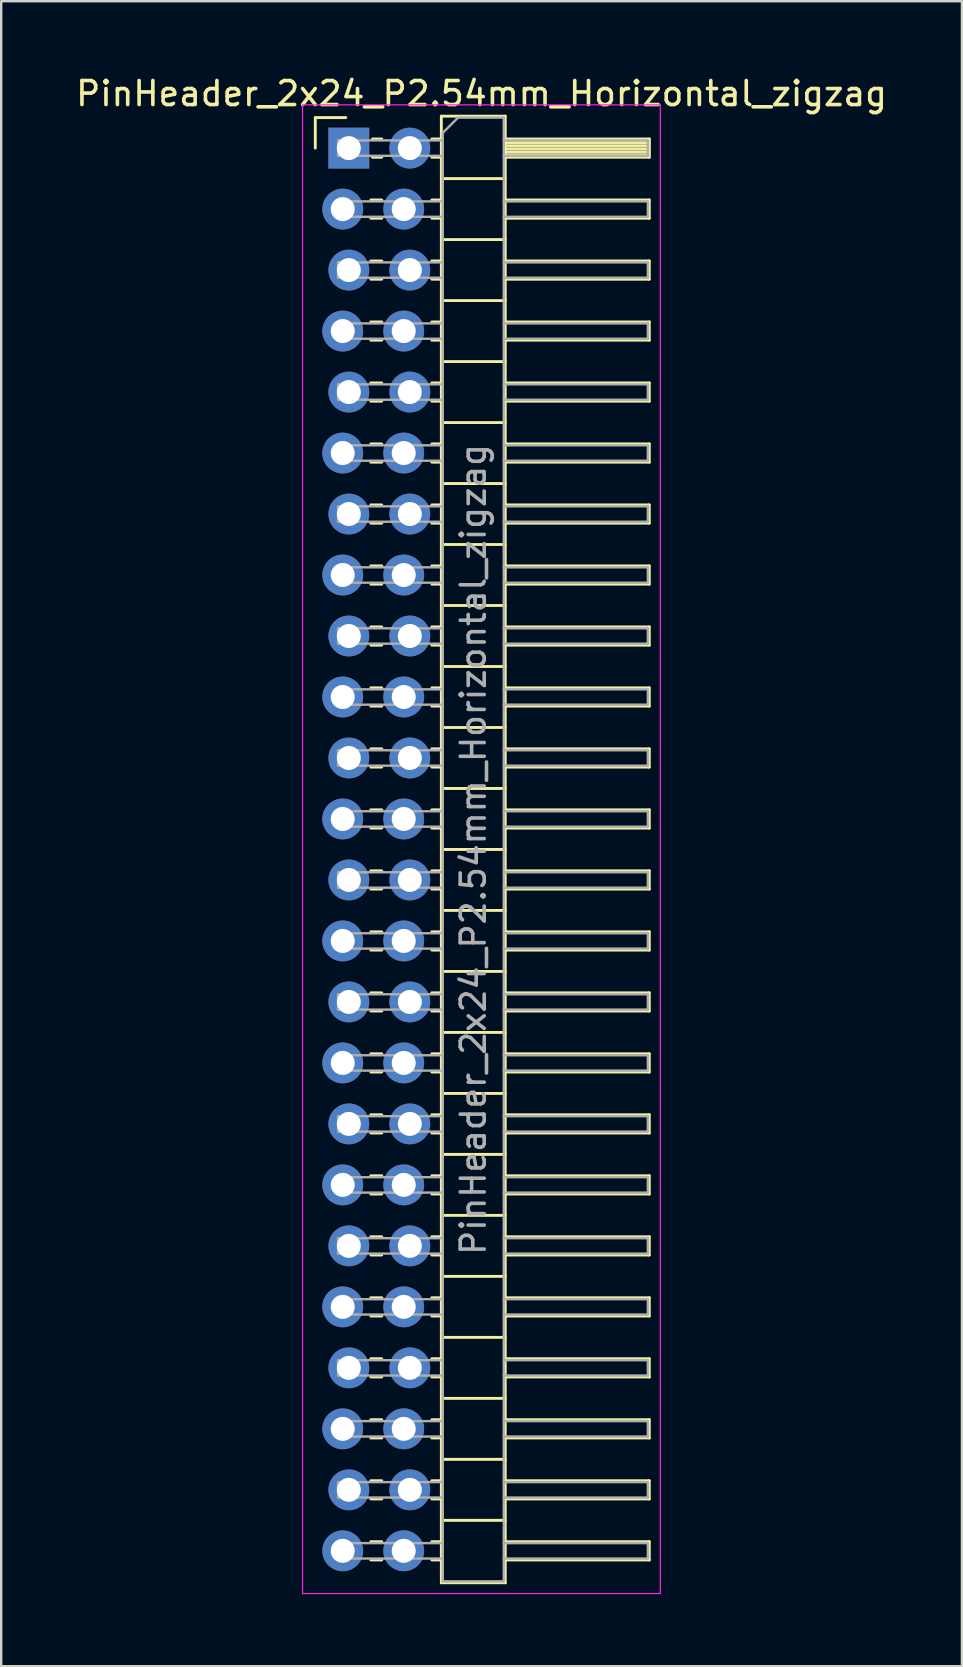
<source format=kicad_pcb>
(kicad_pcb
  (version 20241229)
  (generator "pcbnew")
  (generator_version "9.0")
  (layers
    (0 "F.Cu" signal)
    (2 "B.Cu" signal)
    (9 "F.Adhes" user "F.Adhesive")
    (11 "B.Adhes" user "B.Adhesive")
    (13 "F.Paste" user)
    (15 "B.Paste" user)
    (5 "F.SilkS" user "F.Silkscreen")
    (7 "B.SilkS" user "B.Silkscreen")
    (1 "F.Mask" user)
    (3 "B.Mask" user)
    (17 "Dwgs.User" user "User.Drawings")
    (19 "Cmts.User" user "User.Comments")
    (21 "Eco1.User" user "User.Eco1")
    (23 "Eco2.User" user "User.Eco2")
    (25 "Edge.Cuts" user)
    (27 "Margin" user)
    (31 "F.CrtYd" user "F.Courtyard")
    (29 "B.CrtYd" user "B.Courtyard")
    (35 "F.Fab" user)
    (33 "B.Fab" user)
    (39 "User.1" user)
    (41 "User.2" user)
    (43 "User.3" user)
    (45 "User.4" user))
  (footprint "PinHeader_2x24_P2.54mm_Horizontal_zigzag"
    (layer "F.Cu")
    (at 11.351 3.118)
    (property "Reference" "PinHeader_2x24_P2.54mm_Horizontal_zigzag" (at 5.655 -2.27 0) (layer "F.SilkS") (effects (font (size 1 1) (thickness 0.15))))
    (attr through_hole)
    (fp_line (start -1.27 -1.27) (end 0 -1.27) (stroke (width 0.12) (type solid)) (layer "F.SilkS"))
    (fp_line (start -1.27 0) (end -1.27 -1.27) (stroke (width 0.12) (type solid)) (layer "F.SilkS"))
    (fp_line (start 1.043 2.16) (end 1.497 2.16) (stroke (width 0.12) (type solid)) (layer "F.SilkS"))
    (fp_line (start 1.043 2.92) (end 1.497 2.92) (stroke (width 0.12) (type solid)) (layer "F.SilkS"))
    (fp_line (start 1.043 4.7) (end 1.497 4.7) (stroke (width 0.12) (type solid)) (layer "F.SilkS"))
    (fp_line (start 1.043 5.46) (end 1.497 5.46) (stroke (width 0.12) (type solid)) (layer "F.SilkS"))
    (fp_line (start 1.043 7.24) (end 1.497 7.24) (stroke (width 0.12) (type solid)) (layer "F.SilkS"))
    (fp_line (start 1.043 8) (end 1.497 8) (stroke (width 0.12) (type solid)) (layer "F.SilkS"))
    (fp_line (start 1.043 9.78) (end 1.497 9.78) (stroke (width 0.12) (type solid)) (layer "F.SilkS"))
    (fp_line (start 1.043 10.54) (end 1.497 10.54) (stroke (width 0.12) (type solid)) (layer "F.SilkS"))
    (fp_line (start 1.043 12.32) (end 1.497 12.32) (stroke (width 0.12) (type solid)) (layer "F.SilkS"))
    (fp_line (start 1.043 13.08) (end 1.497 13.08) (stroke (width 0.12) (type solid)) (layer "F.SilkS"))
    (fp_line (start 1.043 14.86) (end 1.497 14.86) (stroke (width 0.12) (type solid)) (layer "F.SilkS"))
    (fp_line (start 1.043 15.62) (end 1.497 15.62) (stroke (width 0.12) (type solid)) (layer "F.SilkS"))
    (fp_line (start 1.043 17.4) (end 1.497 17.4) (stroke (width 0.12) (type solid)) (layer "F.SilkS"))
    (fp_line (start 1.043 18.16) (end 1.497 18.16) (stroke (width 0.12) (type solid)) (layer "F.SilkS"))
    (fp_line (start 1.043 19.94) (end 1.497 19.94) (stroke (width 0.12) (type solid)) (layer "F.SilkS"))
    (fp_line (start 1.043 20.7) (end 1.497 20.7) (stroke (width 0.12) (type solid)) (layer "F.SilkS"))
    (fp_line (start 1.043 22.48) (end 1.497 22.48) (stroke (width 0.12) (type solid)) (layer "F.SilkS"))
    (fp_line (start 1.043 23.24) (end 1.497 23.24) (stroke (width 0.12) (type solid)) (layer "F.SilkS"))
    (fp_line (start 1.043 25.02) (end 1.497 25.02) (stroke (width 0.12) (type solid)) (layer "F.SilkS"))
    (fp_line (start 1.043 25.78) (end 1.497 25.78) (stroke (width 0.12) (type solid)) (layer "F.SilkS"))
    (fp_line (start 1.043 27.56) (end 1.497 27.56) (stroke (width 0.12) (type solid)) (layer "F.SilkS"))
    (fp_line (start 1.043 28.32) (end 1.497 28.32) (stroke (width 0.12) (type solid)) (layer "F.SilkS"))
    (fp_line (start 1.043 30.1) (end 1.497 30.1) (stroke (width 0.12) (type solid)) (layer "F.SilkS"))
    (fp_line (start 1.043 30.86) (end 1.497 30.86) (stroke (width 0.12) (type solid)) (layer "F.SilkS"))
    (fp_line (start 1.043 32.64) (end 1.497 32.64) (stroke (width 0.12) (type solid)) (layer "F.SilkS"))
    (fp_line (start 1.043 33.4) (end 1.497 33.4) (stroke (width 0.12) (type solid)) (layer "F.SilkS"))
    (fp_line (start 1.043 35.18) (end 1.497 35.18) (stroke (width 0.12) (type solid)) (layer "F.SilkS"))
    (fp_line (start 1.043 35.94) (end 1.497 35.94) (stroke (width 0.12) (type solid)) (layer "F.SilkS"))
    (fp_line (start 1.043 37.72) (end 1.497 37.72) (stroke (width 0.12) (type solid)) (layer "F.SilkS"))
    (fp_line (start 1.043 38.48) (end 1.497 38.48) (stroke (width 0.12) (type solid)) (layer "F.SilkS"))
    (fp_line (start 1.043 40.26) (end 1.497 40.26) (stroke (width 0.12) (type solid)) (layer "F.SilkS"))
    (fp_line (start 1.043 41.02) (end 1.497 41.02) (stroke (width 0.12) (type solid)) (layer "F.SilkS"))
    (fp_line (start 1.043 42.8) (end 1.497 42.8) (stroke (width 0.12) (type solid)) (layer "F.SilkS"))
    (fp_line (start 1.043 43.56) (end 1.497 43.56) (stroke (width 0.12) (type solid)) (layer "F.SilkS"))
    (fp_line (start 1.043 45.34) (end 1.497 45.34) (stroke (width 0.12) (type solid)) (layer "F.SilkS"))
    (fp_line (start 1.043 46.1) (end 1.497 46.1) (stroke (width 0.12) (type solid)) (layer "F.SilkS"))
    (fp_line (start 1.043 47.88) (end 1.497 47.88) (stroke (width 0.12) (type solid)) (layer "F.SilkS"))
    (fp_line (start 1.043 48.64) (end 1.497 48.64) (stroke (width 0.12) (type solid)) (layer "F.SilkS"))
    (fp_line (start 1.043 50.42) (end 1.497 50.42) (stroke (width 0.12) (type solid)) (layer "F.SilkS"))
    (fp_line (start 1.043 51.18) (end 1.497 51.18) (stroke (width 0.12) (type solid)) (layer "F.SilkS"))
    (fp_line (start 1.043 52.96) (end 1.497 52.96) (stroke (width 0.12) (type solid)) (layer "F.SilkS"))
    (fp_line (start 1.043 53.72) (end 1.497 53.72) (stroke (width 0.12) (type solid)) (layer "F.SilkS"))
    (fp_line (start 1.043 55.5) (end 1.497 55.5) (stroke (width 0.12) (type solid)) (layer "F.SilkS"))
    (fp_line (start 1.043 56.26) (end 1.497 56.26) (stroke (width 0.12) (type solid)) (layer "F.SilkS"))
    (fp_line (start 1.043 58.04) (end 1.497 58.04) (stroke (width 0.12) (type solid)) (layer "F.SilkS"))
    (fp_line (start 1.043 58.8) (end 1.497 58.8) (stroke (width 0.12) (type solid)) (layer "F.SilkS"))
    (fp_line (start 1.11 -0.38) (end 1.497 -0.38) (stroke (width 0.12) (type solid)) (layer "F.SilkS"))
    (fp_line (start 1.11 0.38) (end 1.497 0.38) (stroke (width 0.12) (type solid)) (layer "F.SilkS"))
    (fp_line (start 3.583 -0.38) (end 3.98 -0.38) (stroke (width 0.12) (type solid)) (layer "F.SilkS"))
    (fp_line (start 3.583 0.38) (end 3.98 0.38) (stroke (width 0.12) (type solid)) (layer "F.SilkS"))
    (fp_line (start 3.583 2.16) (end 3.98 2.16) (stroke (width 0.12) (type solid)) (layer "F.SilkS"))
    (fp_line (start 3.583 2.92) (end 3.98 2.92) (stroke (width 0.12) (type solid)) (layer "F.SilkS"))
    (fp_line (start 3.583 4.7) (end 3.98 4.7) (stroke (width 0.12) (type solid)) (layer "F.SilkS"))
    (fp_line (start 3.583 5.46) (end 3.98 5.46) (stroke (width 0.12) (type solid)) (layer "F.SilkS"))
    (fp_line (start 3.583 7.24) (end 3.98 7.24) (stroke (width 0.12) (type solid)) (layer "F.SilkS"))
    (fp_line (start 3.583 8) (end 3.98 8) (stroke (width 0.12) (type solid)) (layer "F.SilkS"))
    (fp_line (start 3.583 9.78) (end 3.98 9.78) (stroke (width 0.12) (type solid)) (layer "F.SilkS"))
    (fp_line (start 3.583 10.54) (end 3.98 10.54) (stroke (width 0.12) (type solid)) (layer "F.SilkS"))
    (fp_line (start 3.583 12.32) (end 3.98 12.32) (stroke (width 0.12) (type solid)) (layer "F.SilkS"))
    (fp_line (start 3.583 13.08) (end 3.98 13.08) (stroke (width 0.12) (type solid)) (layer "F.SilkS"))
    (fp_line (start 3.583 14.86) (end 3.98 14.86) (stroke (width 0.12) (type solid)) (layer "F.SilkS"))
    (fp_line (start 3.583 15.62) (end 3.98 15.62) (stroke (width 0.12) (type solid)) (layer "F.SilkS"))
    (fp_line (start 3.583 17.4) (end 3.98 17.4) (stroke (width 0.12) (type solid)) (layer "F.SilkS"))
    (fp_line (start 3.583 18.16) (end 3.98 18.16) (stroke (width 0.12) (type solid)) (layer "F.SilkS"))
    (fp_line (start 3.583 19.94) (end 3.98 19.94) (stroke (width 0.12) (type solid)) (layer "F.SilkS"))
    (fp_line (start 3.583 20.7) (end 3.98 20.7) (stroke (width 0.12) (type solid)) (layer "F.SilkS"))
    (fp_line (start 3.583 22.48) (end 3.98 22.48) (stroke (width 0.12) (type solid)) (layer "F.SilkS"))
    (fp_line (start 3.583 23.24) (end 3.98 23.24) (stroke (width 0.12) (type solid)) (layer "F.SilkS"))
    (fp_line (start 3.583 25.02) (end 3.98 25.02) (stroke (width 0.12) (type solid)) (layer "F.SilkS"))
    (fp_line (start 3.583 25.78) (end 3.98 25.78) (stroke (width 0.12) (type solid)) (layer "F.SilkS"))
    (fp_line (start 3.583 27.56) (end 3.98 27.56) (stroke (width 0.12) (type solid)) (layer "F.SilkS"))
    (fp_line (start 3.583 28.32) (end 3.98 28.32) (stroke (width 0.12) (type solid)) (layer "F.SilkS"))
    (fp_line (start 3.583 30.1) (end 3.98 30.1) (stroke (width 0.12) (type solid)) (layer "F.SilkS"))
    (fp_line (start 3.583 30.86) (end 3.98 30.86) (stroke (width 0.12) (type solid)) (layer "F.SilkS"))
    (fp_line (start 3.583 32.64) (end 3.98 32.64) (stroke (width 0.12) (type solid)) (layer "F.SilkS"))
    (fp_line (start 3.583 33.4) (end 3.98 33.4) (stroke (width 0.12) (type solid)) (layer "F.SilkS"))
    (fp_line (start 3.583 35.18) (end 3.98 35.18) (stroke (width 0.12) (type solid)) (layer "F.SilkS"))
    (fp_line (start 3.583 35.94) (end 3.98 35.94) (stroke (width 0.12) (type solid)) (layer "F.SilkS"))
    (fp_line (start 3.583 37.72) (end 3.98 37.72) (stroke (width 0.12) (type solid)) (layer "F.SilkS"))
    (fp_line (start 3.583 38.48) (end 3.98 38.48) (stroke (width 0.12) (type solid)) (layer "F.SilkS"))
    (fp_line (start 3.583 40.26) (end 3.98 40.26) (stroke (width 0.12) (type solid)) (layer "F.SilkS"))
    (fp_line (start 3.583 41.02) (end 3.98 41.02) (stroke (width 0.12) (type solid)) (layer "F.SilkS"))
    (fp_line (start 3.583 42.8) (end 3.98 42.8) (stroke (width 0.12) (type solid)) (layer "F.SilkS"))
    (fp_line (start 3.583 43.56) (end 3.98 43.56) (stroke (width 0.12) (type solid)) (layer "F.SilkS"))
    (fp_line (start 3.583 45.34) (end 3.98 45.34) (stroke (width 0.12) (type solid)) (layer "F.SilkS"))
    (fp_line (start 3.583 46.1) (end 3.98 46.1) (stroke (width 0.12) (type solid)) (layer "F.SilkS"))
    (fp_line (start 3.583 47.88) (end 3.98 47.88) (stroke (width 0.12) (type solid)) (layer "F.SilkS"))
    (fp_line (start 3.583 48.64) (end 3.98 48.64) (stroke (width 0.12) (type solid)) (layer "F.SilkS"))
    (fp_line (start 3.583 50.42) (end 3.98 50.42) (stroke (width 0.12) (type solid)) (layer "F.SilkS"))
    (fp_line (start 3.583 51.18) (end 3.98 51.18) (stroke (width 0.12) (type solid)) (layer "F.SilkS"))
    (fp_line (start 3.583 52.96) (end 3.98 52.96) (stroke (width 0.12) (type solid)) (layer "F.SilkS"))
    (fp_line (start 3.583 53.72) (end 3.98 53.72) (stroke (width 0.12) (type solid)) (layer "F.SilkS"))
    (fp_line (start 3.583 55.5) (end 3.98 55.5) (stroke (width 0.12) (type solid)) (layer "F.SilkS"))
    (fp_line (start 3.583 56.26) (end 3.98 56.26) (stroke (width 0.12) (type solid)) (layer "F.SilkS"))
    (fp_line (start 3.583 58.04) (end 3.98 58.04) (stroke (width 0.12) (type solid)) (layer "F.SilkS"))
    (fp_line (start 3.583 58.8) (end 3.98 58.8) (stroke (width 0.12) (type solid)) (layer "F.SilkS"))
    (fp_line (start 3.98 -1.33) (end 3.98 59.75) (stroke (width 0.12) (type solid)) (layer "F.SilkS"))
    (fp_line (start 3.98 1.27) (end 6.64 1.27) (stroke (width 0.12) (type solid)) (layer "F.SilkS"))
    (fp_line (start 3.98 3.81) (end 6.64 3.81) (stroke (width 0.12) (type solid)) (layer "F.SilkS"))
    (fp_line (start 3.98 6.35) (end 6.64 6.35) (stroke (width 0.12) (type solid)) (layer "F.SilkS"))
    (fp_line (start 3.98 8.89) (end 6.64 8.89) (stroke (width 0.12) (type solid)) (layer "F.SilkS"))
    (fp_line (start 3.98 11.43) (end 6.64 11.43) (stroke (width 0.12) (type solid)) (layer "F.SilkS"))
    (fp_line (start 3.98 13.97) (end 6.64 13.97) (stroke (width 0.12) (type solid)) (layer "F.SilkS"))
    (fp_line (start 3.98 16.51) (end 6.64 16.51) (stroke (width 0.12) (type solid)) (layer "F.SilkS"))
    (fp_line (start 3.98 19.05) (end 6.64 19.05) (stroke (width 0.12) (type solid)) (layer "F.SilkS"))
    (fp_line (start 3.98 21.59) (end 6.64 21.59) (stroke (width 0.12) (type solid)) (layer "F.SilkS"))
    (fp_line (start 3.98 24.13) (end 6.64 24.13) (stroke (width 0.12) (type solid)) (layer "F.SilkS"))
    (fp_line (start 3.98 26.67) (end 6.64 26.67) (stroke (width 0.12) (type solid)) (layer "F.SilkS"))
    (fp_line (start 3.98 29.21) (end 6.64 29.21) (stroke (width 0.12) (type solid)) (layer "F.SilkS"))
    (fp_line (start 3.98 31.75) (end 6.64 31.75) (stroke (width 0.12) (type solid)) (layer "F.SilkS"))
    (fp_line (start 3.98 34.29) (end 6.64 34.29) (stroke (width 0.12) (type solid)) (layer "F.SilkS"))
    (fp_line (start 3.98 36.83) (end 6.64 36.83) (stroke (width 0.12) (type solid)) (layer "F.SilkS"))
    (fp_line (start 3.98 39.37) (end 6.64 39.37) (stroke (width 0.12) (type solid)) (layer "F.SilkS"))
    (fp_line (start 3.98 41.91) (end 6.64 41.91) (stroke (width 0.12) (type solid)) (layer "F.SilkS"))
    (fp_line (start 3.98 44.45) (end 6.64 44.45) (stroke (width 0.12) (type solid)) (layer "F.SilkS"))
    (fp_line (start 3.98 46.99) (end 6.64 46.99) (stroke (width 0.12) (type solid)) (layer "F.SilkS"))
    (fp_line (start 3.98 49.53) (end 6.64 49.53) (stroke (width 0.12) (type solid)) (layer "F.SilkS"))
    (fp_line (start 3.98 52.07) (end 6.64 52.07) (stroke (width 0.12) (type solid)) (layer "F.SilkS"))
    (fp_line (start 3.98 54.61) (end 6.64 54.61) (stroke (width 0.12) (type solid)) (layer "F.SilkS"))
    (fp_line (start 3.98 57.15) (end 6.64 57.15) (stroke (width 0.12) (type solid)) (layer "F.SilkS"))
    (fp_line (start 3.98 59.75) (end 6.64 59.75) (stroke (width 0.12) (type solid)) (layer "F.SilkS"))
    (fp_line (start 6.64 -1.33) (end 3.98 -1.33) (stroke (width 0.12) (type solid)) (layer "F.SilkS"))
    (fp_line (start 6.64 -0.38) (end 12.64 -0.38) (stroke (width 0.12) (type solid)) (layer "F.SilkS"))
    (fp_line (start 6.64 -0.32) (end 12.64 -0.32) (stroke (width 0.12) (type solid)) (layer "F.SilkS"))
    (fp_line (start 6.64 -0.2) (end 12.64 -0.2) (stroke (width 0.12) (type solid)) (layer "F.SilkS"))
    (fp_line (start 6.64 -0.08) (end 12.64 -0.08) (stroke (width 0.12) (type solid)) (layer "F.SilkS"))
    (fp_line (start 6.64 0.04) (end 12.64 0.04) (stroke (width 0.12) (type solid)) (layer "F.SilkS"))
    (fp_line (start 6.64 0.16) (end 12.64 0.16) (stroke (width 0.12) (type solid)) (layer "F.SilkS"))
    (fp_line (start 6.64 0.28) (end 12.64 0.28) (stroke (width 0.12) (type solid)) (layer "F.SilkS"))
    (fp_line (start 6.64 2.16) (end 12.64 2.16) (stroke (width 0.12) (type solid)) (layer "F.SilkS"))
    (fp_line (start 6.64 4.7) (end 12.64 4.7) (stroke (width 0.12) (type solid)) (layer "F.SilkS"))
    (fp_line (start 6.64 7.24) (end 12.64 7.24) (stroke (width 0.12) (type solid)) (layer "F.SilkS"))
    (fp_line (start 6.64 9.78) (end 12.64 9.78) (stroke (width 0.12) (type solid)) (layer "F.SilkS"))
    (fp_line (start 6.64 12.32) (end 12.64 12.32) (stroke (width 0.12) (type solid)) (layer "F.SilkS"))
    (fp_line (start 6.64 14.86) (end 12.64 14.86) (stroke (width 0.12) (type solid)) (layer "F.SilkS"))
    (fp_line (start 6.64 17.4) (end 12.64 17.4) (stroke (width 0.12) (type solid)) (layer "F.SilkS"))
    (fp_line (start 6.64 19.94) (end 12.64 19.94) (stroke (width 0.12) (type solid)) (layer "F.SilkS"))
    (fp_line (start 6.64 22.48) (end 12.64 22.48) (stroke (width 0.12) (type solid)) (layer "F.SilkS"))
    (fp_line (start 6.64 25.02) (end 12.64 25.02) (stroke (width 0.12) (type solid)) (layer "F.SilkS"))
    (fp_line (start 6.64 27.56) (end 12.64 27.56) (stroke (width 0.12) (type solid)) (layer "F.SilkS"))
    (fp_line (start 6.64 30.1) (end 12.64 30.1) (stroke (width 0.12) (type solid)) (layer "F.SilkS"))
    (fp_line (start 6.64 32.64) (end 12.64 32.64) (stroke (width 0.12) (type solid)) (layer "F.SilkS"))
    (fp_line (start 6.64 35.18) (end 12.64 35.18) (stroke (width 0.12) (type solid)) (layer "F.SilkS"))
    (fp_line (start 6.64 37.72) (end 12.64 37.72) (stroke (width 0.12) (type solid)) (layer "F.SilkS"))
    (fp_line (start 6.64 40.26) (end 12.64 40.26) (stroke (width 0.12) (type solid)) (layer "F.SilkS"))
    (fp_line (start 6.64 42.8) (end 12.64 42.8) (stroke (width 0.12) (type solid)) (layer "F.SilkS"))
    (fp_line (start 6.64 45.34) (end 12.64 45.34) (stroke (width 0.12) (type solid)) (layer "F.SilkS"))
    (fp_line (start 6.64 47.88) (end 12.64 47.88) (stroke (width 0.12) (type solid)) (layer "F.SilkS"))
    (fp_line (start 6.64 50.42) (end 12.64 50.42) (stroke (width 0.12) (type solid)) (layer "F.SilkS"))
    (fp_line (start 6.64 52.96) (end 12.64 52.96) (stroke (width 0.12) (type solid)) (layer "F.SilkS"))
    (fp_line (start 6.64 55.5) (end 12.64 55.5) (stroke (width 0.12) (type solid)) (layer "F.SilkS"))
    (fp_line (start 6.64 58.04) (end 12.64 58.04) (stroke (width 0.12) (type solid)) (layer "F.SilkS"))
    (fp_line (start 6.64 59.75) (end 6.64 -1.33) (stroke (width 0.12) (type solid)) (layer "F.SilkS"))
    (fp_line (start 12.64 -0.38) (end 12.64 0.38) (stroke (width 0.12) (type solid)) (layer "F.SilkS"))
    (fp_line (start 12.64 0.38) (end 6.64 0.38) (stroke (width 0.12) (type solid)) (layer "F.SilkS"))
    (fp_line (start 12.64 2.16) (end 12.64 2.92) (stroke (width 0.12) (type solid)) (layer "F.SilkS"))
    (fp_line (start 12.64 2.92) (end 6.64 2.92) (stroke (width 0.12) (type solid)) (layer "F.SilkS"))
    (fp_line (start 12.64 4.7) (end 12.64 5.46) (stroke (width 0.12) (type solid)) (layer "F.SilkS"))
    (fp_line (start 12.64 5.46) (end 6.64 5.46) (stroke (width 0.12) (type solid)) (layer "F.SilkS"))
    (fp_line (start 12.64 7.24) (end 12.64 8) (stroke (width 0.12) (type solid)) (layer "F.SilkS"))
    (fp_line (start 12.64 8) (end 6.64 8) (stroke (width 0.12) (type solid)) (layer "F.SilkS"))
    (fp_line (start 12.64 9.78) (end 12.64 10.54) (stroke (width 0.12) (type solid)) (layer "F.SilkS"))
    (fp_line (start 12.64 10.54) (end 6.64 10.54) (stroke (width 0.12) (type solid)) (layer "F.SilkS"))
    (fp_line (start 12.64 12.32) (end 12.64 13.08) (stroke (width 0.12) (type solid)) (layer "F.SilkS"))
    (fp_line (start 12.64 13.08) (end 6.64 13.08) (stroke (width 0.12) (type solid)) (layer "F.SilkS"))
    (fp_line (start 12.64 14.86) (end 12.64 15.62) (stroke (width 0.12) (type solid)) (layer "F.SilkS"))
    (fp_line (start 12.64 15.62) (end 6.64 15.62) (stroke (width 0.12) (type solid)) (layer "F.SilkS"))
    (fp_line (start 12.64 17.4) (end 12.64 18.16) (stroke (width 0.12) (type solid)) (layer "F.SilkS"))
    (fp_line (start 12.64 18.16) (end 6.64 18.16) (stroke (width 0.12) (type solid)) (layer "F.SilkS"))
    (fp_line (start 12.64 19.94) (end 12.64 20.7) (stroke (width 0.12) (type solid)) (layer "F.SilkS"))
    (fp_line (start 12.64 20.7) (end 6.64 20.7) (stroke (width 0.12) (type solid)) (layer "F.SilkS"))
    (fp_line (start 12.64 22.48) (end 12.64 23.24) (stroke (width 0.12) (type solid)) (layer "F.SilkS"))
    (fp_line (start 12.64 23.24) (end 6.64 23.24) (stroke (width 0.12) (type solid)) (layer "F.SilkS"))
    (fp_line (start 12.64 25.02) (end 12.64 25.78) (stroke (width 0.12) (type solid)) (layer "F.SilkS"))
    (fp_line (start 12.64 25.78) (end 6.64 25.78) (stroke (width 0.12) (type solid)) (layer "F.SilkS"))
    (fp_line (start 12.64 27.56) (end 12.64 28.32) (stroke (width 0.12) (type solid)) (layer "F.SilkS"))
    (fp_line (start 12.64 28.32) (end 6.64 28.32) (stroke (width 0.12) (type solid)) (layer "F.SilkS"))
    (fp_line (start 12.64 30.1) (end 12.64 30.86) (stroke (width 0.12) (type solid)) (layer "F.SilkS"))
    (fp_line (start 12.64 30.86) (end 6.64 30.86) (stroke (width 0.12) (type solid)) (layer "F.SilkS"))
    (fp_line (start 12.64 32.64) (end 12.64 33.4) (stroke (width 0.12) (type solid)) (layer "F.SilkS"))
    (fp_line (start 12.64 33.4) (end 6.64 33.4) (stroke (width 0.12) (type solid)) (layer "F.SilkS"))
    (fp_line (start 12.64 35.18) (end 12.64 35.94) (stroke (width 0.12) (type solid)) (layer "F.SilkS"))
    (fp_line (start 12.64 35.94) (end 6.64 35.94) (stroke (width 0.12) (type solid)) (layer "F.SilkS"))
    (fp_line (start 12.64 37.72) (end 12.64 38.48) (stroke (width 0.12) (type solid)) (layer "F.SilkS"))
    (fp_line (start 12.64 38.48) (end 6.64 38.48) (stroke (width 0.12) (type solid)) (layer "F.SilkS"))
    (fp_line (start 12.64 40.26) (end 12.64 41.02) (stroke (width 0.12) (type solid)) (layer "F.SilkS"))
    (fp_line (start 12.64 41.02) (end 6.64 41.02) (stroke (width 0.12) (type solid)) (layer "F.SilkS"))
    (fp_line (start 12.64 42.8) (end 12.64 43.56) (stroke (width 0.12) (type solid)) (layer "F.SilkS"))
    (fp_line (start 12.64 43.56) (end 6.64 43.56) (stroke (width 0.12) (type solid)) (layer "F.SilkS"))
    (fp_line (start 12.64 45.34) (end 12.64 46.1) (stroke (width 0.12) (type solid)) (layer "F.SilkS"))
    (fp_line (start 12.64 46.1) (end 6.64 46.1) (stroke (width 0.12) (type solid)) (layer "F.SilkS"))
    (fp_line (start 12.64 47.88) (end 12.64 48.64) (stroke (width 0.12) (type solid)) (layer "F.SilkS"))
    (fp_line (start 12.64 48.64) (end 6.64 48.64) (stroke (width 0.12) (type solid)) (layer "F.SilkS"))
    (fp_line (start 12.64 50.42) (end 12.64 51.18) (stroke (width 0.12) (type solid)) (layer "F.SilkS"))
    (fp_line (start 12.64 51.18) (end 6.64 51.18) (stroke (width 0.12) (type solid)) (layer "F.SilkS"))
    (fp_line (start 12.64 52.96) (end 12.64 53.72) (stroke (width 0.12) (type solid)) (layer "F.SilkS"))
    (fp_line (start 12.64 53.72) (end 6.64 53.72) (stroke (width 0.12) (type solid)) (layer "F.SilkS"))
    (fp_line (start 12.64 55.5) (end 12.64 56.26) (stroke (width 0.12) (type solid)) (layer "F.SilkS"))
    (fp_line (start 12.64 56.26) (end 6.64 56.26) (stroke (width 0.12) (type solid)) (layer "F.SilkS"))
    (fp_line (start 12.64 58.04) (end 12.64 58.8) (stroke (width 0.12) (type solid)) (layer "F.SilkS"))
    (fp_line (start 12.64 58.8) (end 6.64 58.8) (stroke (width 0.12) (type solid)) (layer "F.SilkS"))
    (fp_line (start -1.8 -1.8) (end -1.8 60.2) (stroke (width 0.05) (type solid)) (layer "F.CrtYd"))
    (fp_line (start -1.8 60.2) (end 13.1 60.2) (stroke (width 0.05) (type solid)) (layer "F.CrtYd"))
    (fp_line (start 13.1 -1.8) (end -1.8 -1.8) (stroke (width 0.05) (type solid)) (layer "F.CrtYd"))
    (fp_line (start 13.1 60.2) (end 13.1 -1.8) (stroke (width 0.05) (type solid)) (layer "F.CrtYd"))
    (fp_line (start -0.32 -0.32) (end -0.32 0.32) (stroke (width 0.1) (type solid)) (layer "F.Fab"))
    (fp_line (start -0.32 -0.32) (end 4.04 -0.32) (stroke (width 0.1) (type solid)) (layer "F.Fab"))
    (fp_line (start -0.32 0.32) (end 4.04 0.32) (stroke (width 0.1) (type solid)) (layer "F.Fab"))
    (fp_line (start -0.32 2.22) (end -0.32 2.86) (stroke (width 0.1) (type solid)) (layer "F.Fab"))
    (fp_line (start -0.32 2.22) (end 4.04 2.22) (stroke (width 0.1) (type solid)) (layer "F.Fab"))
    (fp_line (start -0.32 2.86) (end 4.04 2.86) (stroke (width 0.1) (type solid)) (layer "F.Fab"))
    (fp_line (start -0.32 4.76) (end -0.32 5.4) (stroke (width 0.1) (type solid)) (layer "F.Fab"))
    (fp_line (start -0.32 4.76) (end 4.04 4.76) (stroke (width 0.1) (type solid)) (layer "F.Fab"))
    (fp_line (start -0.32 5.4) (end 4.04 5.4) (stroke (width 0.1) (type solid)) (layer "F.Fab"))
    (fp_line (start -0.32 7.3) (end -0.32 7.94) (stroke (width 0.1) (type solid)) (layer "F.Fab"))
    (fp_line (start -0.32 7.3) (end 4.04 7.3) (stroke (width 0.1) (type solid)) (layer "F.Fab"))
    (fp_line (start -0.32 7.94) (end 4.04 7.94) (stroke (width 0.1) (type solid)) (layer "F.Fab"))
    (fp_line (start -0.32 9.84) (end -0.32 10.48) (stroke (width 0.1) (type solid)) (layer "F.Fab"))
    (fp_line (start -0.32 9.84) (end 4.04 9.84) (stroke (width 0.1) (type solid)) (layer "F.Fab"))
    (fp_line (start -0.32 10.48) (end 4.04 10.48) (stroke (width 0.1) (type solid)) (layer "F.Fab"))
    (fp_line (start -0.32 12.38) (end -0.32 13.02) (stroke (width 0.1) (type solid)) (layer "F.Fab"))
    (fp_line (start -0.32 12.38) (end 4.04 12.38) (stroke (width 0.1) (type solid)) (layer "F.Fab"))
    (fp_line (start -0.32 13.02) (end 4.04 13.02) (stroke (width 0.1) (type solid)) (layer "F.Fab"))
    (fp_line (start -0.32 14.92) (end -0.32 15.56) (stroke (width 0.1) (type solid)) (layer "F.Fab"))
    (fp_line (start -0.32 14.92) (end 4.04 14.92) (stroke (width 0.1) (type solid)) (layer "F.Fab"))
    (fp_line (start -0.32 15.56) (end 4.04 15.56) (stroke (width 0.1) (type solid)) (layer "F.Fab"))
    (fp_line (start -0.32 17.46) (end -0.32 18.1) (stroke (width 0.1) (type solid)) (layer "F.Fab"))
    (fp_line (start -0.32 17.46) (end 4.04 17.46) (stroke (width 0.1) (type solid)) (layer "F.Fab"))
    (fp_line (start -0.32 18.1) (end 4.04 18.1) (stroke (width 0.1) (type solid)) (layer "F.Fab"))
    (fp_line (start -0.32 20) (end -0.32 20.64) (stroke (width 0.1) (type solid)) (layer "F.Fab"))
    (fp_line (start -0.32 20) (end 4.04 20) (stroke (width 0.1) (type solid)) (layer "F.Fab"))
    (fp_line (start -0.32 20.64) (end 4.04 20.64) (stroke (width 0.1) (type solid)) (layer "F.Fab"))
    (fp_line (start -0.32 22.54) (end -0.32 23.18) (stroke (width 0.1) (type solid)) (layer "F.Fab"))
    (fp_line (start -0.32 22.54) (end 4.04 22.54) (stroke (width 0.1) (type solid)) (layer "F.Fab"))
    (fp_line (start -0.32 23.18) (end 4.04 23.18) (stroke (width 0.1) (type solid)) (layer "F.Fab"))
    (fp_line (start -0.32 25.08) (end -0.32 25.72) (stroke (width 0.1) (type solid)) (layer "F.Fab"))
    (fp_line (start -0.32 25.08) (end 4.04 25.08) (stroke (width 0.1) (type solid)) (layer "F.Fab"))
    (fp_line (start -0.32 25.72) (end 4.04 25.72) (stroke (width 0.1) (type solid)) (layer "F.Fab"))
    (fp_line (start -0.32 27.62) (end -0.32 28.26) (stroke (width 0.1) (type solid)) (layer "F.Fab"))
    (fp_line (start -0.32 27.62) (end 4.04 27.62) (stroke (width 0.1) (type solid)) (layer "F.Fab"))
    (fp_line (start -0.32 28.26) (end 4.04 28.26) (stroke (width 0.1) (type solid)) (layer "F.Fab"))
    (fp_line (start -0.32 30.16) (end -0.32 30.8) (stroke (width 0.1) (type solid)) (layer "F.Fab"))
    (fp_line (start -0.32 30.16) (end 4.04 30.16) (stroke (width 0.1) (type solid)) (layer "F.Fab"))
    (fp_line (start -0.32 30.8) (end 4.04 30.8) (stroke (width 0.1) (type solid)) (layer "F.Fab"))
    (fp_line (start -0.32 32.7) (end -0.32 33.34) (stroke (width 0.1) (type solid)) (layer "F.Fab"))
    (fp_line (start -0.32 32.7) (end 4.04 32.7) (stroke (width 0.1) (type solid)) (layer "F.Fab"))
    (fp_line (start -0.32 33.34) (end 4.04 33.34) (stroke (width 0.1) (type solid)) (layer "F.Fab"))
    (fp_line (start -0.32 35.24) (end -0.32 35.88) (stroke (width 0.1) (type solid)) (layer "F.Fab"))
    (fp_line (start -0.32 35.24) (end 4.04 35.24) (stroke (width 0.1) (type solid)) (layer "F.Fab"))
    (fp_line (start -0.32 35.88) (end 4.04 35.88) (stroke (width 0.1) (type solid)) (layer "F.Fab"))
    (fp_line (start -0.32 37.78) (end -0.32 38.42) (stroke (width 0.1) (type solid)) (layer "F.Fab"))
    (fp_line (start -0.32 37.78) (end 4.04 37.78) (stroke (width 0.1) (type solid)) (layer "F.Fab"))
    (fp_line (start -0.32 38.42) (end 4.04 38.42) (stroke (width 0.1) (type solid)) (layer "F.Fab"))
    (fp_line (start -0.32 40.32) (end -0.32 40.96) (stroke (width 0.1) (type solid)) (layer "F.Fab"))
    (fp_line (start -0.32 40.32) (end 4.04 40.32) (stroke (width 0.1) (type solid)) (layer "F.Fab"))
    (fp_line (start -0.32 40.96) (end 4.04 40.96) (stroke (width 0.1) (type solid)) (layer "F.Fab"))
    (fp_line (start -0.32 42.86) (end -0.32 43.5) (stroke (width 0.1) (type solid)) (layer "F.Fab"))
    (fp_line (start -0.32 42.86) (end 4.04 42.86) (stroke (width 0.1) (type solid)) (layer "F.Fab"))
    (fp_line (start -0.32 43.5) (end 4.04 43.5) (stroke (width 0.1) (type solid)) (layer "F.Fab"))
    (fp_line (start -0.32 45.4) (end -0.32 46.04) (stroke (width 0.1) (type solid)) (layer "F.Fab"))
    (fp_line (start -0.32 45.4) (end 4.04 45.4) (stroke (width 0.1) (type solid)) (layer "F.Fab"))
    (fp_line (start -0.32 46.04) (end 4.04 46.04) (stroke (width 0.1) (type solid)) (layer "F.Fab"))
    (fp_line (start -0.32 47.94) (end -0.32 48.58) (stroke (width 0.1) (type solid)) (layer "F.Fab"))
    (fp_line (start -0.32 47.94) (end 4.04 47.94) (stroke (width 0.1) (type solid)) (layer "F.Fab"))
    (fp_line (start -0.32 48.58) (end 4.04 48.58) (stroke (width 0.1) (type solid)) (layer "F.Fab"))
    (fp_line (start -0.32 50.48) (end -0.32 51.12) (stroke (width 0.1) (type solid)) (layer "F.Fab"))
    (fp_line (start -0.32 50.48) (end 4.04 50.48) (stroke (width 0.1) (type solid)) (layer "F.Fab"))
    (fp_line (start -0.32 51.12) (end 4.04 51.12) (stroke (width 0.1) (type solid)) (layer "F.Fab"))
    (fp_line (start -0.32 53.02) (end -0.32 53.66) (stroke (width 0.1) (type solid)) (layer "F.Fab"))
    (fp_line (start -0.32 53.02) (end 4.04 53.02) (stroke (width 0.1) (type solid)) (layer "F.Fab"))
    (fp_line (start -0.32 53.66) (end 4.04 53.66) (stroke (width 0.1) (type solid)) (layer "F.Fab"))
    (fp_line (start -0.32 55.56) (end -0.32 56.2) (stroke (width 0.1) (type solid)) (layer "F.Fab"))
    (fp_line (start -0.32 55.56) (end 4.04 55.56) (stroke (width 0.1) (type solid)) (layer "F.Fab"))
    (fp_line (start -0.32 56.2) (end 4.04 56.2) (stroke (width 0.1) (type solid)) (layer "F.Fab"))
    (fp_line (start -0.32 58.1) (end -0.32 58.74) (stroke (width 0.1) (type solid)) (layer "F.Fab"))
    (fp_line (start -0.32 58.1) (end 4.04 58.1) (stroke (width 0.1) (type solid)) (layer "F.Fab"))
    (fp_line (start -0.32 58.74) (end 4.04 58.74) (stroke (width 0.1) (type solid)) (layer "F.Fab"))
    (fp_line (start 4.04 -0.635) (end 4.675 -1.27) (stroke (width 0.1) (type solid)) (layer "F.Fab"))
    (fp_line (start 4.04 59.69) (end 4.04 -0.635) (stroke (width 0.1) (type solid)) (layer "F.Fab"))
    (fp_line (start 4.675 -1.27) (end 6.58 -1.27) (stroke (width 0.1) (type solid)) (layer "F.Fab"))
    (fp_line (start 6.58 -1.27) (end 6.58 59.69) (stroke (width 0.1) (type solid)) (layer "F.Fab"))
    (fp_line (start 6.58 -0.32) (end 12.58 -0.32) (stroke (width 0.1) (type solid)) (layer "F.Fab"))
    (fp_line (start 6.58 0.32) (end 12.58 0.32) (stroke (width 0.1) (type solid)) (layer "F.Fab"))
    (fp_line (start 6.58 2.22) (end 12.58 2.22) (stroke (width 0.1) (type solid)) (layer "F.Fab"))
    (fp_line (start 6.58 2.86) (end 12.58 2.86) (stroke (width 0.1) (type solid)) (layer "F.Fab"))
    (fp_line (start 6.58 4.76) (end 12.58 4.76) (stroke (width 0.1) (type solid)) (layer "F.Fab"))
    (fp_line (start 6.58 5.4) (end 12.58 5.4) (stroke (width 0.1) (type solid)) (layer "F.Fab"))
    (fp_line (start 6.58 7.3) (end 12.58 7.3) (stroke (width 0.1) (type solid)) (layer "F.Fab"))
    (fp_line (start 6.58 7.94) (end 12.58 7.94) (stroke (width 0.1) (type solid)) (layer "F.Fab"))
    (fp_line (start 6.58 9.84) (end 12.58 9.84) (stroke (width 0.1) (type solid)) (layer "F.Fab"))
    (fp_line (start 6.58 10.48) (end 12.58 10.48) (stroke (width 0.1) (type solid)) (layer "F.Fab"))
    (fp_line (start 6.58 12.38) (end 12.58 12.38) (stroke (width 0.1) (type solid)) (layer "F.Fab"))
    (fp_line (start 6.58 13.02) (end 12.58 13.02) (stroke (width 0.1) (type solid)) (layer "F.Fab"))
    (fp_line (start 6.58 14.92) (end 12.58 14.92) (stroke (width 0.1) (type solid)) (layer "F.Fab"))
    (fp_line (start 6.58 15.56) (end 12.58 15.56) (stroke (width 0.1) (type solid)) (layer "F.Fab"))
    (fp_line (start 6.58 17.46) (end 12.58 17.46) (stroke (width 0.1) (type solid)) (layer "F.Fab"))
    (fp_line (start 6.58 18.1) (end 12.58 18.1) (stroke (width 0.1) (type solid)) (layer "F.Fab"))
    (fp_line (start 6.58 20) (end 12.58 20) (stroke (width 0.1) (type solid)) (layer "F.Fab"))
    (fp_line (start 6.58 20.64) (end 12.58 20.64) (stroke (width 0.1) (type solid)) (layer "F.Fab"))
    (fp_line (start 6.58 22.54) (end 12.58 22.54) (stroke (width 0.1) (type solid)) (layer "F.Fab"))
    (fp_line (start 6.58 23.18) (end 12.58 23.18) (stroke (width 0.1) (type solid)) (layer "F.Fab"))
    (fp_line (start 6.58 25.08) (end 12.58 25.08) (stroke (width 0.1) (type solid)) (layer "F.Fab"))
    (fp_line (start 6.58 25.72) (end 12.58 25.72) (stroke (width 0.1) (type solid)) (layer "F.Fab"))
    (fp_line (start 6.58 27.62) (end 12.58 27.62) (stroke (width 0.1) (type solid)) (layer "F.Fab"))
    (fp_line (start 6.58 28.26) (end 12.58 28.26) (stroke (width 0.1) (type solid)) (layer "F.Fab"))
    (fp_line (start 6.58 30.16) (end 12.58 30.16) (stroke (width 0.1) (type solid)) (layer "F.Fab"))
    (fp_line (start 6.58 30.8) (end 12.58 30.8) (stroke (width 0.1) (type solid)) (layer "F.Fab"))
    (fp_line (start 6.58 32.7) (end 12.58 32.7) (stroke (width 0.1) (type solid)) (layer "F.Fab"))
    (fp_line (start 6.58 33.34) (end 12.58 33.34) (stroke (width 0.1) (type solid)) (layer "F.Fab"))
    (fp_line (start 6.58 35.24) (end 12.58 35.24) (stroke (width 0.1) (type solid)) (layer "F.Fab"))
    (fp_line (start 6.58 35.88) (end 12.58 35.88) (stroke (width 0.1) (type solid)) (layer "F.Fab"))
    (fp_line (start 6.58 37.78) (end 12.58 37.78) (stroke (width 0.1) (type solid)) (layer "F.Fab"))
    (fp_line (start 6.58 38.42) (end 12.58 38.42) (stroke (width 0.1) (type solid)) (layer "F.Fab"))
    (fp_line (start 6.58 40.32) (end 12.58 40.32) (stroke (width 0.1) (type solid)) (layer "F.Fab"))
    (fp_line (start 6.58 40.96) (end 12.58 40.96) (stroke (width 0.1) (type solid)) (layer "F.Fab"))
    (fp_line (start 6.58 42.86) (end 12.58 42.86) (stroke (width 0.1) (type solid)) (layer "F.Fab"))
    (fp_line (start 6.58 43.5) (end 12.58 43.5) (stroke (width 0.1) (type solid)) (layer "F.Fab"))
    (fp_line (start 6.58 45.4) (end 12.58 45.4) (stroke (width 0.1) (type solid)) (layer "F.Fab"))
    (fp_line (start 6.58 46.04) (end 12.58 46.04) (stroke (width 0.1) (type solid)) (layer "F.Fab"))
    (fp_line (start 6.58 47.94) (end 12.58 47.94) (stroke (width 0.1) (type solid)) (layer "F.Fab"))
    (fp_line (start 6.58 48.58) (end 12.58 48.58) (stroke (width 0.1) (type solid)) (layer "F.Fab"))
    (fp_line (start 6.58 50.48) (end 12.58 50.48) (stroke (width 0.1) (type solid)) (layer "F.Fab"))
    (fp_line (start 6.58 51.12) (end 12.58 51.12) (stroke (width 0.1) (type solid)) (layer "F.Fab"))
    (fp_line (start 6.58 53.02) (end 12.58 53.02) (stroke (width 0.1) (type solid)) (layer "F.Fab"))
    (fp_line (start 6.58 53.66) (end 12.58 53.66) (stroke (width 0.1) (type solid)) (layer "F.Fab"))
    (fp_line (start 6.58 55.56) (end 12.58 55.56) (stroke (width 0.1) (type solid)) (layer "F.Fab"))
    (fp_line (start 6.58 56.2) (end 12.58 56.2) (stroke (width 0.1) (type solid)) (layer "F.Fab"))
    (fp_line (start 6.58 58.1) (end 12.58 58.1) (stroke (width 0.1) (type solid)) (layer "F.Fab"))
    (fp_line (start 6.58 58.74) (end 12.58 58.74) (stroke (width 0.1) (type solid)) (layer "F.Fab"))
    (fp_line (start 6.58 59.69) (end 4.04 59.69) (stroke (width 0.1) (type solid)) (layer "F.Fab"))
    (fp_line (start 12.58 -0.32) (end 12.58 0.32) (stroke (width 0.1) (type solid)) (layer "F.Fab"))
    (fp_line (start 12.58 2.22) (end 12.58 2.86) (stroke (width 0.1) (type solid)) (layer "F.Fab"))
    (fp_line (start 12.58 4.76) (end 12.58 5.4) (stroke (width 0.1) (type solid)) (layer "F.Fab"))
    (fp_line (start 12.58 7.3) (end 12.58 7.94) (stroke (width 0.1) (type solid)) (layer "F.Fab"))
    (fp_line (start 12.58 9.84) (end 12.58 10.48) (stroke (width 0.1) (type solid)) (layer "F.Fab"))
    (fp_line (start 12.58 12.38) (end 12.58 13.02) (stroke (width 0.1) (type solid)) (layer "F.Fab"))
    (fp_line (start 12.58 14.92) (end 12.58 15.56) (stroke (width 0.1) (type solid)) (layer "F.Fab"))
    (fp_line (start 12.58 17.46) (end 12.58 18.1) (stroke (width 0.1) (type solid)) (layer "F.Fab"))
    (fp_line (start 12.58 20) (end 12.58 20.64) (stroke (width 0.1) (type solid)) (layer "F.Fab"))
    (fp_line (start 12.58 22.54) (end 12.58 23.18) (stroke (width 0.1) (type solid)) (layer "F.Fab"))
    (fp_line (start 12.58 25.08) (end 12.58 25.72) (stroke (width 0.1) (type solid)) (layer "F.Fab"))
    (fp_line (start 12.58 27.62) (end 12.58 28.26) (stroke (width 0.1) (type solid)) (layer "F.Fab"))
    (fp_line (start 12.58 30.16) (end 12.58 30.8) (stroke (width 0.1) (type solid)) (layer "F.Fab"))
    (fp_line (start 12.58 32.7) (end 12.58 33.34) (stroke (width 0.1) (type solid)) (layer "F.Fab"))
    (fp_line (start 12.58 35.24) (end 12.58 35.88) (stroke (width 0.1) (type solid)) (layer "F.Fab"))
    (fp_line (start 12.58 37.78) (end 12.58 38.42) (stroke (width 0.1) (type solid)) (layer "F.Fab"))
    (fp_line (start 12.58 40.32) (end 12.58 40.96) (stroke (width 0.1) (type solid)) (layer "F.Fab"))
    (fp_line (start 12.58 42.86) (end 12.58 43.5) (stroke (width 0.1) (type solid)) (layer "F.Fab"))
    (fp_line (start 12.58 45.4) (end 12.58 46.04) (stroke (width 0.1) (type solid)) (layer "F.Fab"))
    (fp_line (start 12.58 47.94) (end 12.58 48.58) (stroke (width 0.1) (type solid)) (layer "F.Fab"))
    (fp_line (start 12.58 50.48) (end 12.58 51.12) (stroke (width 0.1) (type solid)) (layer "F.Fab"))
    (fp_line (start 12.58 53.02) (end 12.58 53.66) (stroke (width 0.1) (type solid)) (layer "F.Fab"))
    (fp_line (start 12.58 55.56) (end 12.58 56.2) (stroke (width 0.1) (type solid)) (layer "F.Fab"))
    (fp_line (start 12.58 58.1) (end 12.58 58.74) (stroke (width 0.1) (type solid)) (layer "F.Fab"))
    (fp_text user "${REFERENCE}" (at 5.31 29.21 90) (layer "F.Fab") (effects (font (size 1 1) (thickness 0.15))))
    (pad "1" thru_hole rect (at 0.127 0) (size 1.7 1.7) (drill 1) (layers "*.Cu" "*.Mask"))
    (pad "2" thru_hole oval (at 2.667 0) (size 1.7 1.7) (drill 1) (layers "*.Cu" "*.Mask"))
    (pad "3" thru_hole oval (at -0.127 2.54) (size 1.7 1.7) (drill 1) (layers "*.Cu" "*.Mask"))
    (pad "4" thru_hole oval (at 2.413 2.54) (size 1.7 1.7) (drill 1) (layers "*.Cu" "*.Mask"))
    (pad "5" thru_hole oval (at 0.127 5.08) (size 1.7 1.7) (drill 1) (layers "*.Cu" "*.Mask"))
    (pad "6" thru_hole oval (at 2.667 5.08) (size 1.7 1.7) (drill 1) (layers "*.Cu" "*.Mask"))
    (pad "7" thru_hole oval (at -0.127 7.62) (size 1.7 1.7) (drill 1) (layers "*.Cu" "*.Mask"))
    (pad "8" thru_hole oval (at 2.413 7.62) (size 1.7 1.7) (drill 1) (layers "*.Cu" "*.Mask"))
    (pad "9" thru_hole oval (at 0.127 10.16) (size 1.7 1.7) (drill 1) (layers "*.Cu" "*.Mask"))
    (pad "10" thru_hole oval (at 2.667 10.16) (size 1.7 1.7) (drill 1) (layers "*.Cu" "*.Mask"))
    (pad "11" thru_hole oval (at -0.127 12.7) (size 1.7 1.7) (drill 1) (layers "*.Cu" "*.Mask"))
    (pad "12" thru_hole oval (at 2.413 12.7) (size 1.7 1.7) (drill 1) (layers "*.Cu" "*.Mask"))
    (pad "13" thru_hole oval (at 0.127 15.24) (size 1.7 1.7) (drill 1) (layers "*.Cu" "*.Mask"))
    (pad "14" thru_hole oval (at 2.667 15.24) (size 1.7 1.7) (drill 1) (layers "*.Cu" "*.Mask"))
    (pad "15" thru_hole oval (at -0.127 17.78) (size 1.7 1.7) (drill 1) (layers "*.Cu" "*.Mask"))
    (pad "16" thru_hole oval (at 2.413 17.78) (size 1.7 1.7) (drill 1) (layers "*.Cu" "*.Mask"))
    (pad "17" thru_hole oval (at 0.127 20.32) (size 1.7 1.7) (drill 1) (layers "*.Cu" "*.Mask"))
    (pad "18" thru_hole oval (at 2.667 20.32) (size 1.7 1.7) (drill 1) (layers "*.Cu" "*.Mask"))
    (pad "19" thru_hole oval (at -0.127 22.86) (size 1.7 1.7) (drill 1) (layers "*.Cu" "*.Mask"))
    (pad "20" thru_hole oval (at 2.413 22.86) (size 1.7 1.7) (drill 1) (layers "*.Cu" "*.Mask"))
    (pad "21" thru_hole oval (at 0.127 25.4) (size 1.7 1.7) (drill 1) (layers "*.Cu" "*.Mask"))
    (pad "22" thru_hole oval (at 2.667 25.4) (size 1.7 1.7) (drill 1) (layers "*.Cu" "*.Mask"))
    (pad "23" thru_hole oval (at -0.127 27.94) (size 1.7 1.7) (drill 1) (layers "*.Cu" "*.Mask"))
    (pad "24" thru_hole oval (at 2.413 27.94) (size 1.7 1.7) (drill 1) (layers "*.Cu" "*.Mask"))
    (pad "25" thru_hole oval (at 0.127 30.48) (size 1.7 1.7) (drill 1) (layers "*.Cu" "*.Mask"))
    (pad "26" thru_hole oval (at 2.667 30.48) (size 1.7 1.7) (drill 1) (layers "*.Cu" "*.Mask"))
    (pad "27" thru_hole oval (at -0.127 33.02) (size 1.7 1.7) (drill 1) (layers "*.Cu" "*.Mask"))
    (pad "28" thru_hole oval (at 2.413 33.02) (size 1.7 1.7) (drill 1) (layers "*.Cu" "*.Mask"))
    (pad "29" thru_hole oval (at 0.127 35.56) (size 1.7 1.7) (drill 1) (layers "*.Cu" "*.Mask"))
    (pad "30" thru_hole oval (at 2.667 35.56) (size 1.7 1.7) (drill 1) (layers "*.Cu" "*.Mask"))
    (pad "31" thru_hole oval (at -0.127 38.1) (size 1.7 1.7) (drill 1) (layers "*.Cu" "*.Mask"))
    (pad "32" thru_hole oval (at 2.413 38.1) (size 1.7 1.7) (drill 1) (layers "*.Cu" "*.Mask"))
    (pad "33" thru_hole oval (at 0.127 40.64) (size 1.7 1.7) (drill 1) (layers "*.Cu" "*.Mask"))
    (pad "34" thru_hole oval (at 2.667 40.64) (size 1.7 1.7) (drill 1) (layers "*.Cu" "*.Mask"))
    (pad "35" thru_hole oval (at -0.127 43.18) (size 1.7 1.7) (drill 1) (layers "*.Cu" "*.Mask"))
    (pad "36" thru_hole oval (at 2.413 43.18) (size 1.7 1.7) (drill 1) (layers "*.Cu" "*.Mask"))
    (pad "37" thru_hole oval (at 0.127 45.72) (size 1.7 1.7) (drill 1) (layers "*.Cu" "*.Mask"))
    (pad "38" thru_hole oval (at 2.667 45.72) (size 1.7 1.7) (drill 1) (layers "*.Cu" "*.Mask"))
    (pad "39" thru_hole oval (at -0.127 48.26) (size 1.7 1.7) (drill 1) (layers "*.Cu" "*.Mask"))
    (pad "40" thru_hole oval (at 2.413 48.26) (size 1.7 1.7) (drill 1) (layers "*.Cu" "*.Mask"))
    (pad "41" thru_hole oval (at 0.127 50.8) (size 1.7 1.7) (drill 1) (layers "*.Cu" "*.Mask"))
    (pad "42" thru_hole oval (at 2.667 50.8) (size 1.7 1.7) (drill 1) (layers "*.Cu" "*.Mask"))
    (pad "43" thru_hole oval (at -0.127 53.34) (size 1.7 1.7) (drill 1) (layers "*.Cu" "*.Mask"))
    (pad "44" thru_hole oval (at 2.413 53.34) (size 1.7 1.7) (drill 1) (layers "*.Cu" "*.Mask"))
    (pad "45" thru_hole oval (at 0.127 55.88) (size 1.7 1.7) (drill 1) (layers "*.Cu" "*.Mask"))
    (pad "46" thru_hole oval (at 2.667 55.88) (size 1.7 1.7) (drill 1) (layers "*.Cu" "*.Mask"))
    (pad "47" thru_hole oval (at -0.127 58.42) (size 1.7 1.7) (drill 1) (layers "*.Cu" "*.Mask"))
    (pad "48" thru_hole oval (at 2.413 58.42) (size 1.7 1.7) (drill 1) (layers "*.Cu" "*.Mask")))
  (gr_rect
    (start -3 -3)
    (end 37.012 66.343)
    (stroke (width 0.1) (type default))
    (fill no)
    (layer "Edge.Cuts")))
</source>
